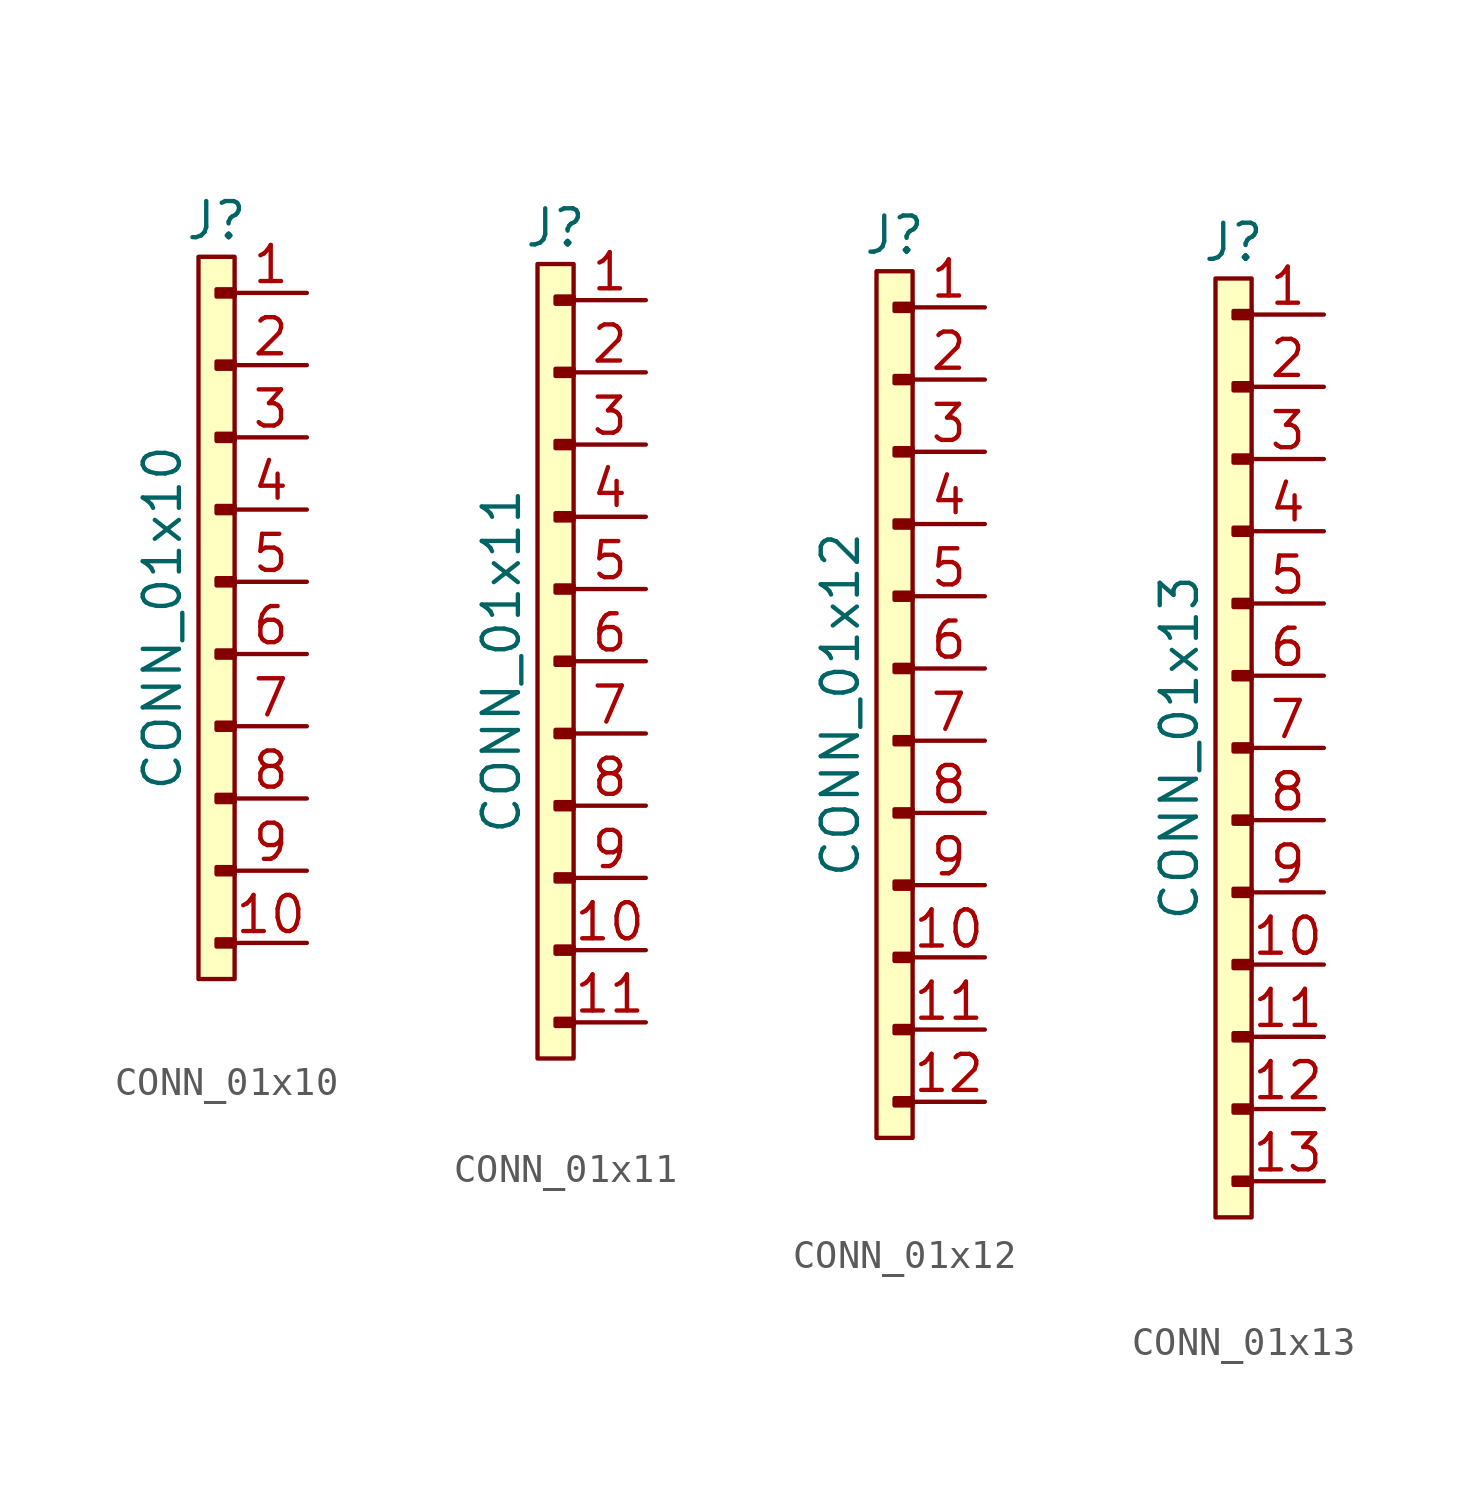
<source format=kicad_sym>
(kicad_symbol_lib
  (version 20211014)
  (generator agg_kicad.build_lib_connector)
  (symbol "CONN_01x10"
    (pin_names hide)
    (property Reference J
      (at -0.635 2.54 0)
      (effects (font (size 1.27 1.27))))
    (property Value "CONN_01x10"
      (at -2.54 -11.43 90)
      (effects (font (size 1.27 1.27))))
    (rectangle
      (start 0 -24.13)
      (end -1.27 1.27)
      (stroke (width 0) (type default) (color 0 0 0 0))
      (fill (type background)))
    (rectangle
      (start 0 0.127)
      (end -0.635 -0.127)
      (stroke (width 0) (type default) (color 0 0 0 0))
      (fill (type outline)))
    (rectangle
      (start 0 -2.413)
      (end -0.635 -2.667)
      (stroke (width 0) (type default) (color 0 0 0 0))
      (fill (type outline)))
    (rectangle
      (start 0 -4.953)
      (end -0.635 -5.207)
      (stroke (width 0) (type default) (color 0 0 0 0))
      (fill (type outline)))
    (rectangle
      (start 0 -7.493)
      (end -0.635 -7.747)
      (stroke (width 0) (type default) (color 0 0 0 0))
      (fill (type outline)))
    (rectangle
      (start 0 -10.033)
      (end -0.635 -10.287)
      (stroke (width 0) (type default) (color 0 0 0 0))
      (fill (type outline)))
    (rectangle
      (start 0 -12.573)
      (end -0.635 -12.827)
      (stroke (width 0) (type default) (color 0 0 0 0))
      (fill (type outline)))
    (rectangle
      (start 0 -15.113)
      (end -0.635 -15.367)
      (stroke (width 0) (type default) (color 0 0 0 0))
      (fill (type outline)))
    (rectangle
      (start 0 -17.653)
      (end -0.635 -17.907)
      (stroke (width 0) (type default) (color 0 0 0 0))
      (fill (type outline)))
    (rectangle
      (start 0 -20.193)
      (end -0.635 -20.447)
      (stroke (width 0) (type default) (color 0 0 0 0))
      (fill (type outline)))
    (rectangle
      (start 0 -22.733)
      (end -0.635 -22.987)
      (stroke (width 0) (type default) (color 0 0 0 0))
      (fill (type outline)))
    (pin passive line
      (at 2.54 0 180)
      (length 2.54)
      (name "1" (effects (font (size 1.27 1.27))))
      (number "1" (effects (font (size 1.27 1.27)))))
    (pin passive line
      (at 2.54 -2.54 180)
      (length 2.54)
      (name "2" (effects (font (size 1.27 1.27))))
      (number "2" (effects (font (size 1.27 1.27)))))
    (pin passive line
      (at 2.54 -5.08 180)
      (length 2.54)
      (name "3" (effects (font (size 1.27 1.27))))
      (number "3" (effects (font (size 1.27 1.27)))))
    (pin passive line
      (at 2.54 -7.62 180)
      (length 2.54)
      (name "4" (effects (font (size 1.27 1.27))))
      (number "4" (effects (font (size 1.27 1.27)))))
    (pin passive line
      (at 2.54 -10.16 180)
      (length 2.54)
      (name "5" (effects (font (size 1.27 1.27))))
      (number "5" (effects (font (size 1.27 1.27)))))
    (pin passive line
      (at 2.54 -12.7 180)
      (length 2.54)
      (name "6" (effects (font (size 1.27 1.27))))
      (number "6" (effects (font (size 1.27 1.27)))))
    (pin passive line
      (at 2.54 -15.24 180)
      (length 2.54)
      (name "7" (effects (font (size 1.27 1.27))))
      (number "7" (effects (font (size 1.27 1.27)))))
    (pin passive line
      (at 2.54 -17.78 180)
      (length 2.54)
      (name "8" (effects (font (size 1.27 1.27))))
      (number "8" (effects (font (size 1.27 1.27)))))
    (pin passive line
      (at 2.54 -20.32 180)
      (length 2.54)
      (name "9" (effects (font (size 1.27 1.27))))
      (number "9" (effects (font (size 1.27 1.27)))))
    (pin passive line
      (at 2.54 -22.86 180)
      (length 2.54)
      (name "10" (effects (font (size 1.27 1.27))))
      (number "10" (effects (font (size 1.27 1.27))))))
  (symbol "CONN_01x11"
    (pin_names hide)
    (property Reference J
      (at -0.635 2.54 0)
      (effects (font (size 1.27 1.27))))
    (property Value "CONN_01x11"
      (at -2.54 -12.7 90)
      (effects (font (size 1.27 1.27))))
    (rectangle
      (start 0 -26.67)
      (end -1.27 1.27)
      (stroke (width 0) (type default) (color 0 0 0 0))
      (fill (type background)))
    (rectangle
      (start 0 0.127)
      (end -0.635 -0.127)
      (stroke (width 0) (type default) (color 0 0 0 0))
      (fill (type outline)))
    (rectangle
      (start 0 -2.413)
      (end -0.635 -2.667)
      (stroke (width 0) (type default) (color 0 0 0 0))
      (fill (type outline)))
    (rectangle
      (start 0 -4.953)
      (end -0.635 -5.207)
      (stroke (width 0) (type default) (color 0 0 0 0))
      (fill (type outline)))
    (rectangle
      (start 0 -7.493)
      (end -0.635 -7.747)
      (stroke (width 0) (type default) (color 0 0 0 0))
      (fill (type outline)))
    (rectangle
      (start 0 -10.033)
      (end -0.635 -10.287)
      (stroke (width 0) (type default) (color 0 0 0 0))
      (fill (type outline)))
    (rectangle
      (start 0 -12.573)
      (end -0.635 -12.827)
      (stroke (width 0) (type default) (color 0 0 0 0))
      (fill (type outline)))
    (rectangle
      (start 0 -15.113)
      (end -0.635 -15.367)
      (stroke (width 0) (type default) (color 0 0 0 0))
      (fill (type outline)))
    (rectangle
      (start 0 -17.653)
      (end -0.635 -17.907)
      (stroke (width 0) (type default) (color 0 0 0 0))
      (fill (type outline)))
    (rectangle
      (start 0 -20.193)
      (end -0.635 -20.447)
      (stroke (width 0) (type default) (color 0 0 0 0))
      (fill (type outline)))
    (rectangle
      (start 0 -22.733)
      (end -0.635 -22.987)
      (stroke (width 0) (type default) (color 0 0 0 0))
      (fill (type outline)))
    (rectangle
      (start 0 -25.273)
      (end -0.635 -25.527)
      (stroke (width 0) (type default) (color 0 0 0 0))
      (fill (type outline)))
    (pin passive line
      (at 2.54 0 180)
      (length 2.54)
      (name "1" (effects (font (size 1.27 1.27))))
      (number "1" (effects (font (size 1.27 1.27)))))
    (pin passive line
      (at 2.54 -2.54 180)
      (length 2.54)
      (name "2" (effects (font (size 1.27 1.27))))
      (number "2" (effects (font (size 1.27 1.27)))))
    (pin passive line
      (at 2.54 -5.08 180)
      (length 2.54)
      (name "3" (effects (font (size 1.27 1.27))))
      (number "3" (effects (font (size 1.27 1.27)))))
    (pin passive line
      (at 2.54 -7.62 180)
      (length 2.54)
      (name "4" (effects (font (size 1.27 1.27))))
      (number "4" (effects (font (size 1.27 1.27)))))
    (pin passive line
      (at 2.54 -10.16 180)
      (length 2.54)
      (name "5" (effects (font (size 1.27 1.27))))
      (number "5" (effects (font (size 1.27 1.27)))))
    (pin passive line
      (at 2.54 -12.7 180)
      (length 2.54)
      (name "6" (effects (font (size 1.27 1.27))))
      (number "6" (effects (font (size 1.27 1.27)))))
    (pin passive line
      (at 2.54 -15.24 180)
      (length 2.54)
      (name "7" (effects (font (size 1.27 1.27))))
      (number "7" (effects (font (size 1.27 1.27)))))
    (pin passive line
      (at 2.54 -17.78 180)
      (length 2.54)
      (name "8" (effects (font (size 1.27 1.27))))
      (number "8" (effects (font (size 1.27 1.27)))))
    (pin passive line
      (at 2.54 -20.32 180)
      (length 2.54)
      (name "9" (effects (font (size 1.27 1.27))))
      (number "9" (effects (font (size 1.27 1.27)))))
    (pin passive line
      (at 2.54 -22.86 180)
      (length 2.54)
      (name "10" (effects (font (size 1.27 1.27))))
      (number "10" (effects (font (size 1.27 1.27)))))
    (pin passive line
      (at 2.54 -25.4 180)
      (length 2.54)
      (name "11" (effects (font (size 1.27 1.27))))
      (number "11" (effects (font (size 1.27 1.27))))))
  (symbol "CONN_01x12"
    (pin_names hide)
    (property Reference J
      (at -0.635 2.54 0)
      (effects (font (size 1.27 1.27))))
    (property Value "CONN_01x12"
      (at -2.54 -13.97 90)
      (effects (font (size 1.27 1.27))))
    (rectangle
      (start 0 -29.21)
      (end -1.27 1.27)
      (stroke (width 0) (type default) (color 0 0 0 0))
      (fill (type background)))
    (rectangle
      (start 0 0.127)
      (end -0.635 -0.127)
      (stroke (width 0) (type default) (color 0 0 0 0))
      (fill (type outline)))
    (rectangle
      (start 0 -2.413)
      (end -0.635 -2.667)
      (stroke (width 0) (type default) (color 0 0 0 0))
      (fill (type outline)))
    (rectangle
      (start 0 -4.953)
      (end -0.635 -5.207)
      (stroke (width 0) (type default) (color 0 0 0 0))
      (fill (type outline)))
    (rectangle
      (start 0 -7.493)
      (end -0.635 -7.747)
      (stroke (width 0) (type default) (color 0 0 0 0))
      (fill (type outline)))
    (rectangle
      (start 0 -10.033)
      (end -0.635 -10.287)
      (stroke (width 0) (type default) (color 0 0 0 0))
      (fill (type outline)))
    (rectangle
      (start 0 -12.573)
      (end -0.635 -12.827)
      (stroke (width 0) (type default) (color 0 0 0 0))
      (fill (type outline)))
    (rectangle
      (start 0 -15.113)
      (end -0.635 -15.367)
      (stroke (width 0) (type default) (color 0 0 0 0))
      (fill (type outline)))
    (rectangle
      (start 0 -17.653)
      (end -0.635 -17.907)
      (stroke (width 0) (type default) (color 0 0 0 0))
      (fill (type outline)))
    (rectangle
      (start 0 -20.193)
      (end -0.635 -20.447)
      (stroke (width 0) (type default) (color 0 0 0 0))
      (fill (type outline)))
    (rectangle
      (start 0 -22.733)
      (end -0.635 -22.987)
      (stroke (width 0) (type default) (color 0 0 0 0))
      (fill (type outline)))
    (rectangle
      (start 0 -25.273)
      (end -0.635 -25.527)
      (stroke (width 0) (type default) (color 0 0 0 0))
      (fill (type outline)))
    (rectangle
      (start 0 -27.813)
      (end -0.635 -28.067)
      (stroke (width 0) (type default) (color 0 0 0 0))
      (fill (type outline)))
    (pin passive line
      (at 2.54 0 180)
      (length 2.54)
      (name "1" (effects (font (size 1.27 1.27))))
      (number "1" (effects (font (size 1.27 1.27)))))
    (pin passive line
      (at 2.54 -2.54 180)
      (length 2.54)
      (name "2" (effects (font (size 1.27 1.27))))
      (number "2" (effects (font (size 1.27 1.27)))))
    (pin passive line
      (at 2.54 -5.08 180)
      (length 2.54)
      (name "3" (effects (font (size 1.27 1.27))))
      (number "3" (effects (font (size 1.27 1.27)))))
    (pin passive line
      (at 2.54 -7.62 180)
      (length 2.54)
      (name "4" (effects (font (size 1.27 1.27))))
      (number "4" (effects (font (size 1.27 1.27)))))
    (pin passive line
      (at 2.54 -10.16 180)
      (length 2.54)
      (name "5" (effects (font (size 1.27 1.27))))
      (number "5" (effects (font (size 1.27 1.27)))))
    (pin passive line
      (at 2.54 -12.7 180)
      (length 2.54)
      (name "6" (effects (font (size 1.27 1.27))))
      (number "6" (effects (font (size 1.27 1.27)))))
    (pin passive line
      (at 2.54 -15.24 180)
      (length 2.54)
      (name "7" (effects (font (size 1.27 1.27))))
      (number "7" (effects (font (size 1.27 1.27)))))
    (pin passive line
      (at 2.54 -17.78 180)
      (length 2.54)
      (name "8" (effects (font (size 1.27 1.27))))
      (number "8" (effects (font (size 1.27 1.27)))))
    (pin passive line
      (at 2.54 -20.32 180)
      (length 2.54)
      (name "9" (effects (font (size 1.27 1.27))))
      (number "9" (effects (font (size 1.27 1.27)))))
    (pin passive line
      (at 2.54 -22.86 180)
      (length 2.54)
      (name "10" (effects (font (size 1.27 1.27))))
      (number "10" (effects (font (size 1.27 1.27)))))
    (pin passive line
      (at 2.54 -25.4 180)
      (length 2.54)
      (name "11" (effects (font (size 1.27 1.27))))
      (number "11" (effects (font (size 1.27 1.27)))))
    (pin passive line
      (at 2.54 -27.94 180)
      (length 2.54)
      (name "12" (effects (font (size 1.27 1.27))))
      (number "12" (effects (font (size 1.27 1.27))))))
  (symbol "CONN_01x13"
    (pin_names hide)
    (property Reference J
      (at -0.635 2.54 0)
      (effects (font (size 1.27 1.27))))
    (property Value "CONN_01x13"
      (at -2.54 -15.24 90)
      (effects (font (size 1.27 1.27))))
    (rectangle
      (start 0 -31.75)
      (end -1.27 1.27)
      (stroke (width 0) (type default) (color 0 0 0 0))
      (fill (type background)))
    (rectangle
      (start 0 0.127)
      (end -0.635 -0.127)
      (stroke (width 0) (type default) (color 0 0 0 0))
      (fill (type outline)))
    (rectangle
      (start 0 -2.413)
      (end -0.635 -2.667)
      (stroke (width 0) (type default) (color 0 0 0 0))
      (fill (type outline)))
    (rectangle
      (start 0 -4.953)
      (end -0.635 -5.207)
      (stroke (width 0) (type default) (color 0 0 0 0))
      (fill (type outline)))
    (rectangle
      (start 0 -7.493)
      (end -0.635 -7.747)
      (stroke (width 0) (type default) (color 0 0 0 0))
      (fill (type outline)))
    (rectangle
      (start 0 -10.033)
      (end -0.635 -10.287)
      (stroke (width 0) (type default) (color 0 0 0 0))
      (fill (type outline)))
    (rectangle
      (start 0 -12.573)
      (end -0.635 -12.827)
      (stroke (width 0) (type default) (color 0 0 0 0))
      (fill (type outline)))
    (rectangle
      (start 0 -15.113)
      (end -0.635 -15.367)
      (stroke (width 0) (type default) (color 0 0 0 0))
      (fill (type outline)))
    (rectangle
      (start 0 -17.653)
      (end -0.635 -17.907)
      (stroke (width 0) (type default) (color 0 0 0 0))
      (fill (type outline)))
    (rectangle
      (start 0 -20.193)
      (end -0.635 -20.447)
      (stroke (width 0) (type default) (color 0 0 0 0))
      (fill (type outline)))
    (rectangle
      (start 0 -22.733)
      (end -0.635 -22.987)
      (stroke (width 0) (type default) (color 0 0 0 0))
      (fill (type outline)))
    (rectangle
      (start 0 -25.273)
      (end -0.635 -25.527)
      (stroke (width 0) (type default) (color 0 0 0 0))
      (fill (type outline)))
    (rectangle
      (start 0 -27.813)
      (end -0.635 -28.067)
      (stroke (width 0) (type default) (color 0 0 0 0))
      (fill (type outline)))
    (rectangle
      (start 0 -30.353)
      (end -0.635 -30.607)
      (stroke (width 0) (type default) (color 0 0 0 0))
      (fill (type outline)))
    (pin passive line
      (at 2.54 0 180)
      (length 2.54)
      (name "1" (effects (font (size 1.27 1.27))))
      (number "1" (effects (font (size 1.27 1.27)))))
    (pin passive line
      (at 2.54 -2.54 180)
      (length 2.54)
      (name "2" (effects (font (size 1.27 1.27))))
      (number "2" (effects (font (size 1.27 1.27)))))
    (pin passive line
      (at 2.54 -5.08 180)
      (length 2.54)
      (name "3" (effects (font (size 1.27 1.27))))
      (number "3" (effects (font (size 1.27 1.27)))))
    (pin passive line
      (at 2.54 -7.62 180)
      (length 2.54)
      (name "4" (effects (font (size 1.27 1.27))))
      (number "4" (effects (font (size 1.27 1.27)))))
    (pin passive line
      (at 2.54 -10.16 180)
      (length 2.54)
      (name "5" (effects (font (size 1.27 1.27))))
      (number "5" (effects (font (size 1.27 1.27)))))
    (pin passive line
      (at 2.54 -12.7 180)
      (length 2.54)
      (name "6" (effects (font (size 1.27 1.27))))
      (number "6" (effects (font (size 1.27 1.27)))))
    (pin passive line
      (at 2.54 -15.24 180)
      (length 2.54)
      (name "7" (effects (font (size 1.27 1.27))))
      (number "7" (effects (font (size 1.27 1.27)))))
    (pin passive line
      (at 2.54 -17.78 180)
      (length 2.54)
      (name "8" (effects (font (size 1.27 1.27))))
      (number "8" (effects (font (size 1.27 1.27)))))
    (pin passive line
      (at 2.54 -20.32 180)
      (length 2.54)
      (name "9" (effects (font (size 1.27 1.27))))
      (number "9" (effects (font (size 1.27 1.27)))))
    (pin passive line
      (at 2.54 -22.86 180)
      (length 2.54)
      (name "10" (effects (font (size 1.27 1.27))))
      (number "10" (effects (font (size 1.27 1.27)))))
    (pin passive line
      (at 2.54 -25.4 180)
      (length 2.54)
      (name "11" (effects (font (size 1.27 1.27))))
      (number "11" (effects (font (size 1.27 1.27)))))
    (pin passive line
      (at 2.54 -27.94 180)
      (length 2.54)
      (name "12" (effects (font (size 1.27 1.27))))
      (number "12" (effects (font (size 1.27 1.27)))))
    (pin passive line
      (at 2.54 -30.48 180)
      (length 2.54)
      (name "13" (effects (font (size 1.27 1.27))))
      (number "13" (effects (font (size 1.27 1.27)))))))
</source>
